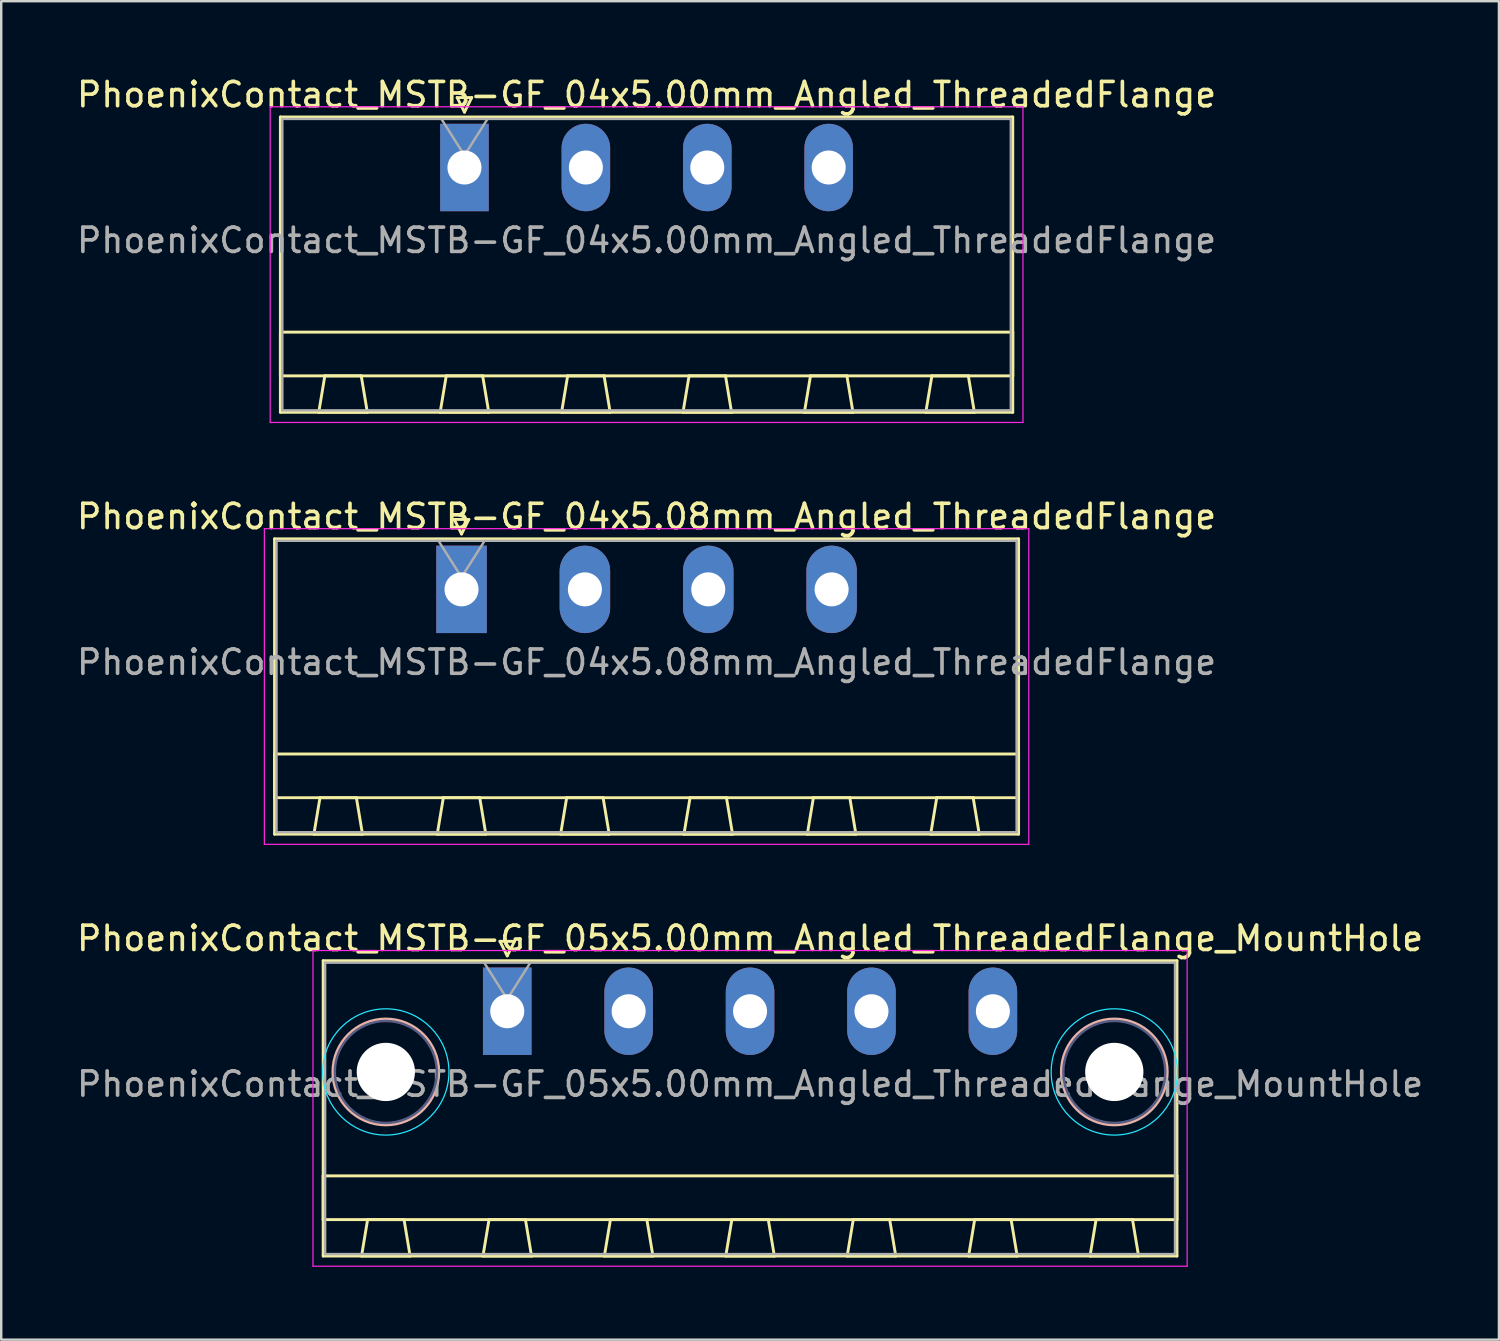
<source format=kicad_pcb>
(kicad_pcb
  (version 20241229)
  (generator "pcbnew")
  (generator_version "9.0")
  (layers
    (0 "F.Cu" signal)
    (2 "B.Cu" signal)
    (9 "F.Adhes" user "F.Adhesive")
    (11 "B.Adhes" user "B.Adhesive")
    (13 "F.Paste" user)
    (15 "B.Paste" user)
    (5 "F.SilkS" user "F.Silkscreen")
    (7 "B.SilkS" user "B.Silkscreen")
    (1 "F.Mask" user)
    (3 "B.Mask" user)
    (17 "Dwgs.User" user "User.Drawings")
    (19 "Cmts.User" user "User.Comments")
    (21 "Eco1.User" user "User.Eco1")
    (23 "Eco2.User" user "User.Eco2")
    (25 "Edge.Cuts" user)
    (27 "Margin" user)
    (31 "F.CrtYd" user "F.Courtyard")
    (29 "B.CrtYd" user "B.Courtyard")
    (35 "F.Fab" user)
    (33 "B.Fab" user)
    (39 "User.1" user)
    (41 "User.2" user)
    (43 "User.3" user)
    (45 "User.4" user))
  (footprint "PhoenixContact_MSTB-GF_05x5.00mm_Angled_ThreadedFlange_MountHole"
    (layer "F.Cu")
    (at 17.839 38.595)
    (property "Reference" "PhoenixContact_MSTB-GF_05x5.00mm_Angled_ThreadedFlange_MountHole" (at 10 -3 0) (layer "F.SilkS") (effects (font (size 1 1) (thickness 0.15))))
    (attr through_hole)
    (fp_line (start -7.58 -2.08) (end -7.58 10.08) (stroke (width 0.12) (type solid)) (layer "F.SilkS"))
    (fp_line (start -7.58 6.78) (end 27.58 6.78) (stroke (width 0.12) (type solid)) (layer "F.SilkS"))
    (fp_line (start -7.58 8.58) (end -7.58 6.78) (stroke (width 0.12) (type solid)) (layer "F.SilkS"))
    (fp_line (start -7.58 10.08) (end 27.58 10.08) (stroke (width 0.12) (type solid)) (layer "F.SilkS"))
    (fp_line (start -6 10.08) (end -4 10.08) (stroke (width 0.12) (type solid)) (layer "F.SilkS"))
    (fp_line (start -5.75 8.58) (end -6 10.08) (stroke (width 0.12) (type solid)) (layer "F.SilkS"))
    (fp_line (start -4.25 8.58) (end -5.75 8.58) (stroke (width 0.12) (type solid)) (layer "F.SilkS"))
    (fp_line (start -4 10.08) (end -4.25 8.58) (stroke (width 0.12) (type solid)) (layer "F.SilkS"))
    (fp_line (start -1 10.08) (end 1 10.08) (stroke (width 0.12) (type solid)) (layer "F.SilkS"))
    (fp_line (start -0.75 8.58) (end -1 10.08) (stroke (width 0.12) (type solid)) (layer "F.SilkS"))
    (fp_line (start -0.3 -2.88) (end 0.3 -2.88) (stroke (width 0.12) (type solid)) (layer "F.SilkS"))
    (fp_line (start 0 -2.28) (end -0.3 -2.88) (stroke (width 0.12) (type solid)) (layer "F.SilkS"))
    (fp_line (start 0.3 -2.88) (end 0 -2.28) (stroke (width 0.12) (type solid)) (layer "F.SilkS"))
    (fp_line (start 0.75 8.58) (end -0.75 8.58) (stroke (width 0.12) (type solid)) (layer "F.SilkS"))
    (fp_line (start 1 10.08) (end 0.75 8.58) (stroke (width 0.12) (type solid)) (layer "F.SilkS"))
    (fp_line (start 4 10.08) (end 6 10.08) (stroke (width 0.12) (type solid)) (layer "F.SilkS"))
    (fp_line (start 4.25 8.58) (end 4 10.08) (stroke (width 0.12) (type solid)) (layer "F.SilkS"))
    (fp_line (start 5.75 8.58) (end 4.25 8.58) (stroke (width 0.12) (type solid)) (layer "F.SilkS"))
    (fp_line (start 6 10.08) (end 5.75 8.58) (stroke (width 0.12) (type solid)) (layer "F.SilkS"))
    (fp_line (start 9 10.08) (end 11 10.08) (stroke (width 0.12) (type solid)) (layer "F.SilkS"))
    (fp_line (start 9.25 8.58) (end 9 10.08) (stroke (width 0.12) (type solid)) (layer "F.SilkS"))
    (fp_line (start 10.75 8.58) (end 9.25 8.58) (stroke (width 0.12) (type solid)) (layer "F.SilkS"))
    (fp_line (start 11 10.08) (end 10.75 8.58) (stroke (width 0.12) (type solid)) (layer "F.SilkS"))
    (fp_line (start 14 10.08) (end 16 10.08) (stroke (width 0.12) (type solid)) (layer "F.SilkS"))
    (fp_line (start 14.25 8.58) (end 14 10.08) (stroke (width 0.12) (type solid)) (layer "F.SilkS"))
    (fp_line (start 15.75 8.58) (end 14.25 8.58) (stroke (width 0.12) (type solid)) (layer "F.SilkS"))
    (fp_line (start 16 10.08) (end 15.75 8.58) (stroke (width 0.12) (type solid)) (layer "F.SilkS"))
    (fp_line (start 19 10.08) (end 21 10.08) (stroke (width 0.12) (type solid)) (layer "F.SilkS"))
    (fp_line (start 19.25 8.58) (end 19 10.08) (stroke (width 0.12) (type solid)) (layer "F.SilkS"))
    (fp_line (start 20.75 8.58) (end 19.25 8.58) (stroke (width 0.12) (type solid)) (layer "F.SilkS"))
    (fp_line (start 21 10.08) (end 20.75 8.58) (stroke (width 0.12) (type solid)) (layer "F.SilkS"))
    (fp_line (start 24 10.08) (end 26 10.08) (stroke (width 0.12) (type solid)) (layer "F.SilkS"))
    (fp_line (start 24.25 8.58) (end 24 10.08) (stroke (width 0.12) (type solid)) (layer "F.SilkS"))
    (fp_line (start 25.75 8.58) (end 24.25 8.58) (stroke (width 0.12) (type solid)) (layer "F.SilkS"))
    (fp_line (start 26 10.08) (end 25.75 8.58) (stroke (width 0.12) (type solid)) (layer "F.SilkS"))
    (fp_line (start 27.58 -2.08) (end -7.58 -2.08) (stroke (width 0.12) (type solid)) (layer "F.SilkS"))
    (fp_line (start 27.58 6.78) (end 27.58 8.58) (stroke (width 0.12) (type solid)) (layer "F.SilkS"))
    (fp_line (start 27.58 8.58) (end -7.58 8.58) (stroke (width 0.12) (type solid)) (layer "F.SilkS"))
    (fp_line (start 27.58 10.08) (end 27.58 -2.08) (stroke (width 0.12) (type solid)) (layer "F.SilkS"))
    (fp_circle (center -5 2.5) (end -2.82 2.5) (stroke (width 0.12) (type solid)) (fill no) (layer "B.SilkS"))
    (fp_circle (center 25 2.5) (end 27.18 2.5) (stroke (width 0.12) (type solid)) (fill no) (layer "B.SilkS"))
    (fp_circle (center -5 2.5) (end -2.4 2.5) (stroke (width 0.05) (type solid)) (fill no) (layer "B.CrtYd"))
    (fp_circle (center 25 2.5) (end 27.6 2.5) (stroke (width 0.05) (type solid)) (fill no) (layer "B.CrtYd"))
    (fp_line (start -8 -2.5) (end -8 10.5) (stroke (width 0.05) (type solid)) (layer "F.CrtYd"))
    (fp_line (start -8 10.5) (end 28 10.5) (stroke (width 0.05) (type solid)) (layer "F.CrtYd"))
    (fp_line (start 28 -2.5) (end -8 -2.5) (stroke (width 0.05) (type solid)) (layer "F.CrtYd"))
    (fp_line (start 28 10.5) (end 28 -2.5) (stroke (width 0.05) (type solid)) (layer "F.CrtYd"))
    (fp_circle (center -5 2.5) (end -2.9 2.5) (stroke (width 0.1) (type solid)) (fill no) (layer "B.Fab"))
    (fp_circle (center 25 2.5) (end 27.1 2.5) (stroke (width 0.1) (type solid)) (fill no) (layer "B.Fab"))
    (fp_line (start -7.5 -2) (end -7.5 10) (stroke (width 0.1) (type solid)) (layer "F.Fab"))
    (fp_line (start -7.5 10) (end 27.5 10) (stroke (width 0.1) (type solid)) (layer "F.Fab"))
    (fp_line (start 0 -0.5) (end -0.95 -2) (stroke (width 0.1) (type solid)) (layer "F.Fab"))
    (fp_line (start 0.95 -2) (end 0 -0.5) (stroke (width 0.1) (type solid)) (layer "F.Fab"))
    (fp_line (start 27.5 -2) (end -7.5 -2) (stroke (width 0.1) (type solid)) (layer "F.Fab"))
    (fp_line (start 27.5 10) (end 27.5 -2) (stroke (width 0.1) (type solid)) (layer "F.Fab"))
    (fp_text user "${REFERENCE}" (at 10 3 0) (layer "F.Fab") (effects (font (size 1 1) (thickness 0.15))))
    (pad "" np_thru_hole circle (at -5 2.5) (size 2.4 2.4) (drill 2.4) (layers "*.Cu" "*.Mask"))
    (pad "" np_thru_hole circle (at 25 2.5) (size 2.4 2.4) (drill 2.4) (layers "*.Cu" "*.Mask"))
    (pad "1" thru_hole rect (at 0 0) (size 2 3.6) (drill 1.4) (layers "*.Cu" "*.Mask"))
    (pad "2" thru_hole oval (at 5 0) (size 2 3.6) (drill 1.4) (layers "*.Cu" "*.Mask"))
    (pad "3" thru_hole oval (at 10 0) (size 2 3.6) (drill 1.4) (layers "*.Cu" "*.Mask"))
    (pad "4" thru_hole oval (at 15 0) (size 2 3.6) (drill 1.4) (layers "*.Cu" "*.Mask"))
    (pad "5" thru_hole oval (at 20 0) (size 2 3.6) (drill 1.4) (layers "*.Cu" "*.Mask")))
  (footprint "PhoenixContact_MSTB-GF_04x5.00mm_Angled_ThreadedFlange"
    (layer "F.Cu")
    (at 16.077 3.848)
    (property "Reference" "PhoenixContact_MSTB-GF_04x5.00mm_Angled_ThreadedFlange" (at 7.5 -3 0) (layer "F.SilkS") (effects (font (size 1 1) (thickness 0.15))))
    (attr through_hole)
    (fp_line (start -7.58 -2.08) (end -7.58 10.08) (stroke (width 0.12) (type solid)) (layer "F.SilkS"))
    (fp_line (start -7.58 6.78) (end 22.58 6.78) (stroke (width 0.12) (type solid)) (layer "F.SilkS"))
    (fp_line (start -7.58 8.58) (end -7.58 6.78) (stroke (width 0.12) (type solid)) (layer "F.SilkS"))
    (fp_line (start -7.58 10.08) (end 22.58 10.08) (stroke (width 0.12) (type solid)) (layer "F.SilkS"))
    (fp_line (start -6 10.08) (end -4 10.08) (stroke (width 0.12) (type solid)) (layer "F.SilkS"))
    (fp_line (start -5.75 8.58) (end -6 10.08) (stroke (width 0.12) (type solid)) (layer "F.SilkS"))
    (fp_line (start -4.25 8.58) (end -5.75 8.58) (stroke (width 0.12) (type solid)) (layer "F.SilkS"))
    (fp_line (start -4 10.08) (end -4.25 8.58) (stroke (width 0.12) (type solid)) (layer "F.SilkS"))
    (fp_line (start -1 10.08) (end 1 10.08) (stroke (width 0.12) (type solid)) (layer "F.SilkS"))
    (fp_line (start -0.75 8.58) (end -1 10.08) (stroke (width 0.12) (type solid)) (layer "F.SilkS"))
    (fp_line (start -0.3 -2.88) (end 0.3 -2.88) (stroke (width 0.12) (type solid)) (layer "F.SilkS"))
    (fp_line (start 0 -2.28) (end -0.3 -2.88) (stroke (width 0.12) (type solid)) (layer "F.SilkS"))
    (fp_line (start 0.3 -2.88) (end 0 -2.28) (stroke (width 0.12) (type solid)) (layer "F.SilkS"))
    (fp_line (start 0.75 8.58) (end -0.75 8.58) (stroke (width 0.12) (type solid)) (layer "F.SilkS"))
    (fp_line (start 1 10.08) (end 0.75 8.58) (stroke (width 0.12) (type solid)) (layer "F.SilkS"))
    (fp_line (start 4 10.08) (end 6 10.08) (stroke (width 0.12) (type solid)) (layer "F.SilkS"))
    (fp_line (start 4.25 8.58) (end 4 10.08) (stroke (width 0.12) (type solid)) (layer "F.SilkS"))
    (fp_line (start 5.75 8.58) (end 4.25 8.58) (stroke (width 0.12) (type solid)) (layer "F.SilkS"))
    (fp_line (start 6 10.08) (end 5.75 8.58) (stroke (width 0.12) (type solid)) (layer "F.SilkS"))
    (fp_line (start 9 10.08) (end 11 10.08) (stroke (width 0.12) (type solid)) (layer "F.SilkS"))
    (fp_line (start 9.25 8.58) (end 9 10.08) (stroke (width 0.12) (type solid)) (layer "F.SilkS"))
    (fp_line (start 10.75 8.58) (end 9.25 8.58) (stroke (width 0.12) (type solid)) (layer "F.SilkS"))
    (fp_line (start 11 10.08) (end 10.75 8.58) (stroke (width 0.12) (type solid)) (layer "F.SilkS"))
    (fp_line (start 14 10.08) (end 16 10.08) (stroke (width 0.12) (type solid)) (layer "F.SilkS"))
    (fp_line (start 14.25 8.58) (end 14 10.08) (stroke (width 0.12) (type solid)) (layer "F.SilkS"))
    (fp_line (start 15.75 8.58) (end 14.25 8.58) (stroke (width 0.12) (type solid)) (layer "F.SilkS"))
    (fp_line (start 16 10.08) (end 15.75 8.58) (stroke (width 0.12) (type solid)) (layer "F.SilkS"))
    (fp_line (start 19 10.08) (end 21 10.08) (stroke (width 0.12) (type solid)) (layer "F.SilkS"))
    (fp_line (start 19.25 8.58) (end 19 10.08) (stroke (width 0.12) (type solid)) (layer "F.SilkS"))
    (fp_line (start 20.75 8.58) (end 19.25 8.58) (stroke (width 0.12) (type solid)) (layer "F.SilkS"))
    (fp_line (start 21 10.08) (end 20.75 8.58) (stroke (width 0.12) (type solid)) (layer "F.SilkS"))
    (fp_line (start 22.58 -2.08) (end -7.58 -2.08) (stroke (width 0.12) (type solid)) (layer "F.SilkS"))
    (fp_line (start 22.58 6.78) (end 22.58 8.58) (stroke (width 0.12) (type solid)) (layer "F.SilkS"))
    (fp_line (start 22.58 8.58) (end -7.58 8.58) (stroke (width 0.12) (type solid)) (layer "F.SilkS"))
    (fp_line (start 22.58 10.08) (end 22.58 -2.08) (stroke (width 0.12) (type solid)) (layer "F.SilkS"))
    (fp_line (start -8 -2.5) (end -8 10.5) (stroke (width 0.05) (type solid)) (layer "F.CrtYd"))
    (fp_line (start -8 10.5) (end 23 10.5) (stroke (width 0.05) (type solid)) (layer "F.CrtYd"))
    (fp_line (start 23 -2.5) (end -8 -2.5) (stroke (width 0.05) (type solid)) (layer "F.CrtYd"))
    (fp_line (start 23 10.5) (end 23 -2.5) (stroke (width 0.05) (type solid)) (layer "F.CrtYd"))
    (fp_line (start -7.5 -2) (end -7.5 10) (stroke (width 0.1) (type solid)) (layer "F.Fab"))
    (fp_line (start -7.5 10) (end 22.5 10) (stroke (width 0.1) (type solid)) (layer "F.Fab"))
    (fp_line (start 0 -0.5) (end -0.95 -2) (stroke (width 0.1) (type solid)) (layer "F.Fab"))
    (fp_line (start 0.95 -2) (end 0 -0.5) (stroke (width 0.1) (type solid)) (layer "F.Fab"))
    (fp_line (start 22.5 -2) (end -7.5 -2) (stroke (width 0.1) (type solid)) (layer "F.Fab"))
    (fp_line (start 22.5 10) (end 22.5 -2) (stroke (width 0.1) (type solid)) (layer "F.Fab"))
    (fp_text user "${REFERENCE}" (at 7.5 3 0) (layer "F.Fab") (effects (font (size 1 1) (thickness 0.15))))
    (pad "1" thru_hole rect (at 0 0) (size 2 3.6) (drill 1.4) (layers "*.Cu" "*.Mask"))
    (pad "2" thru_hole oval (at 5 0) (size 2 3.6) (drill 1.4) (layers "*.Cu" "*.Mask"))
    (pad "3" thru_hole oval (at 10 0) (size 2 3.6) (drill 1.4) (layers "*.Cu" "*.Mask"))
    (pad "4" thru_hole oval (at 15 0) (size 2 3.6) (drill 1.4) (layers "*.Cu" "*.Mask")))
  (footprint "PhoenixContact_MSTB-GF_04x5.08mm_Angled_ThreadedFlange"
    (layer "F.Cu")
    (at 15.957 21.221)
    (property "Reference" "PhoenixContact_MSTB-GF_04x5.08mm_Angled_ThreadedFlange" (at 7.62 -3 0) (layer "F.SilkS") (effects (font (size 1 1) (thickness 0.15))))
    (attr through_hole)
    (fp_line (start -7.7 -2.08) (end -7.7 10.08) (stroke (width 0.12) (type solid)) (layer "F.SilkS"))
    (fp_line (start -7.7 6.78) (end 22.94 6.78) (stroke (width 0.12) (type solid)) (layer "F.SilkS"))
    (fp_line (start -7.7 8.58) (end -7.7 6.78) (stroke (width 0.12) (type solid)) (layer "F.SilkS"))
    (fp_line (start -7.7 10.08) (end 22.94 10.08) (stroke (width 0.12) (type solid)) (layer "F.SilkS"))
    (fp_line (start -6.08 10.08) (end -4.08 10.08) (stroke (width 0.12) (type solid)) (layer "F.SilkS"))
    (fp_line (start -5.83 8.58) (end -6.08 10.08) (stroke (width 0.12) (type solid)) (layer "F.SilkS"))
    (fp_line (start -4.33 8.58) (end -5.83 8.58) (stroke (width 0.12) (type solid)) (layer "F.SilkS"))
    (fp_line (start -4.08 10.08) (end -4.33 8.58) (stroke (width 0.12) (type solid)) (layer "F.SilkS"))
    (fp_line (start -1 10.08) (end 1 10.08) (stroke (width 0.12) (type solid)) (layer "F.SilkS"))
    (fp_line (start -0.75 8.58) (end -1 10.08) (stroke (width 0.12) (type solid)) (layer "F.SilkS"))
    (fp_line (start -0.3 -2.88) (end 0.3 -2.88) (stroke (width 0.12) (type solid)) (layer "F.SilkS"))
    (fp_line (start 0 -2.28) (end -0.3 -2.88) (stroke (width 0.12) (type solid)) (layer "F.SilkS"))
    (fp_line (start 0.3 -2.88) (end 0 -2.28) (stroke (width 0.12) (type solid)) (layer "F.SilkS"))
    (fp_line (start 0.75 8.58) (end -0.75 8.58) (stroke (width 0.12) (type solid)) (layer "F.SilkS"))
    (fp_line (start 1 10.08) (end 0.75 8.58) (stroke (width 0.12) (type solid)) (layer "F.SilkS"))
    (fp_line (start 4.08 10.08) (end 6.08 10.08) (stroke (width 0.12) (type solid)) (layer "F.SilkS"))
    (fp_line (start 4.33 8.58) (end 4.08 10.08) (stroke (width 0.12) (type solid)) (layer "F.SilkS"))
    (fp_line (start 5.83 8.58) (end 4.33 8.58) (stroke (width 0.12) (type solid)) (layer "F.SilkS"))
    (fp_line (start 6.08 10.08) (end 5.83 8.58) (stroke (width 0.12) (type solid)) (layer "F.SilkS"))
    (fp_line (start 9.16 10.08) (end 11.16 10.08) (stroke (width 0.12) (type solid)) (layer "F.SilkS"))
    (fp_line (start 9.41 8.58) (end 9.16 10.08) (stroke (width 0.12) (type solid)) (layer "F.SilkS"))
    (fp_line (start 10.91 8.58) (end 9.41 8.58) (stroke (width 0.12) (type solid)) (layer "F.SilkS"))
    (fp_line (start 11.16 10.08) (end 10.91 8.58) (stroke (width 0.12) (type solid)) (layer "F.SilkS"))
    (fp_line (start 14.24 10.08) (end 16.24 10.08) (stroke (width 0.12) (type solid)) (layer "F.SilkS"))
    (fp_line (start 14.49 8.58) (end 14.24 10.08) (stroke (width 0.12) (type solid)) (layer "F.SilkS"))
    (fp_line (start 15.99 8.58) (end 14.49 8.58) (stroke (width 0.12) (type solid)) (layer "F.SilkS"))
    (fp_line (start 16.24 10.08) (end 15.99 8.58) (stroke (width 0.12) (type solid)) (layer "F.SilkS"))
    (fp_line (start 19.32 10.08) (end 21.32 10.08) (stroke (width 0.12) (type solid)) (layer "F.SilkS"))
    (fp_line (start 19.57 8.58) (end 19.32 10.08) (stroke (width 0.12) (type solid)) (layer "F.SilkS"))
    (fp_line (start 21.07 8.58) (end 19.57 8.58) (stroke (width 0.12) (type solid)) (layer "F.SilkS"))
    (fp_line (start 21.32 10.08) (end 21.07 8.58) (stroke (width 0.12) (type solid)) (layer "F.SilkS"))
    (fp_line (start 22.94 -2.08) (end -7.7 -2.08) (stroke (width 0.12) (type solid)) (layer "F.SilkS"))
    (fp_line (start 22.94 6.78) (end 22.94 8.58) (stroke (width 0.12) (type solid)) (layer "F.SilkS"))
    (fp_line (start 22.94 8.58) (end -7.7 8.58) (stroke (width 0.12) (type solid)) (layer "F.SilkS"))
    (fp_line (start 22.94 10.08) (end 22.94 -2.08) (stroke (width 0.12) (type solid)) (layer "F.SilkS"))
    (fp_line (start -8.12 -2.5) (end -8.12 10.5) (stroke (width 0.05) (type solid)) (layer "F.CrtYd"))
    (fp_line (start -8.12 10.5) (end 23.36 10.5) (stroke (width 0.05) (type solid)) (layer "F.CrtYd"))
    (fp_line (start 23.36 -2.5) (end -8.12 -2.5) (stroke (width 0.05) (type solid)) (layer "F.CrtYd"))
    (fp_line (start 23.36 10.5) (end 23.36 -2.5) (stroke (width 0.05) (type solid)) (layer "F.CrtYd"))
    (fp_line (start -7.62 -2) (end -7.62 10) (stroke (width 0.1) (type solid)) (layer "F.Fab"))
    (fp_line (start -7.62 10) (end 22.86 10) (stroke (width 0.1) (type solid)) (layer "F.Fab"))
    (fp_line (start 0 -0.5) (end -0.95 -2) (stroke (width 0.1) (type solid)) (layer "F.Fab"))
    (fp_line (start 0.95 -2) (end 0 -0.5) (stroke (width 0.1) (type solid)) (layer "F.Fab"))
    (fp_line (start 22.86 -2) (end -7.62 -2) (stroke (width 0.1) (type solid)) (layer "F.Fab"))
    (fp_line (start 22.86 10) (end 22.86 -2) (stroke (width 0.1) (type solid)) (layer "F.Fab"))
    (fp_text user "${REFERENCE}" (at 7.62 3 0) (layer "F.Fab") (effects (font (size 1 1) (thickness 0.15))))
    (pad "1" thru_hole rect (at 0 0) (size 2.08 3.6) (drill 1.4) (layers "*.Cu" "*.Mask"))
    (pad "2" thru_hole oval (at 5.08 0) (size 2.08 3.6) (drill 1.4) (layers "*.Cu" "*.Mask"))
    (pad "3" thru_hole oval (at 10.16 0) (size 2.08 3.6) (drill 1.4) (layers "*.Cu" "*.Mask"))
    (pad "4" thru_hole oval (at 15.24 0) (size 2.08 3.6) (drill 1.4) (layers "*.Cu" "*.Mask")))
  (gr_rect
    (start -3 -3)
    (end 58.679 52.12)
    (stroke (width 0.1) (type default))
    (fill no)
    (layer "Edge.Cuts")))
</source>
